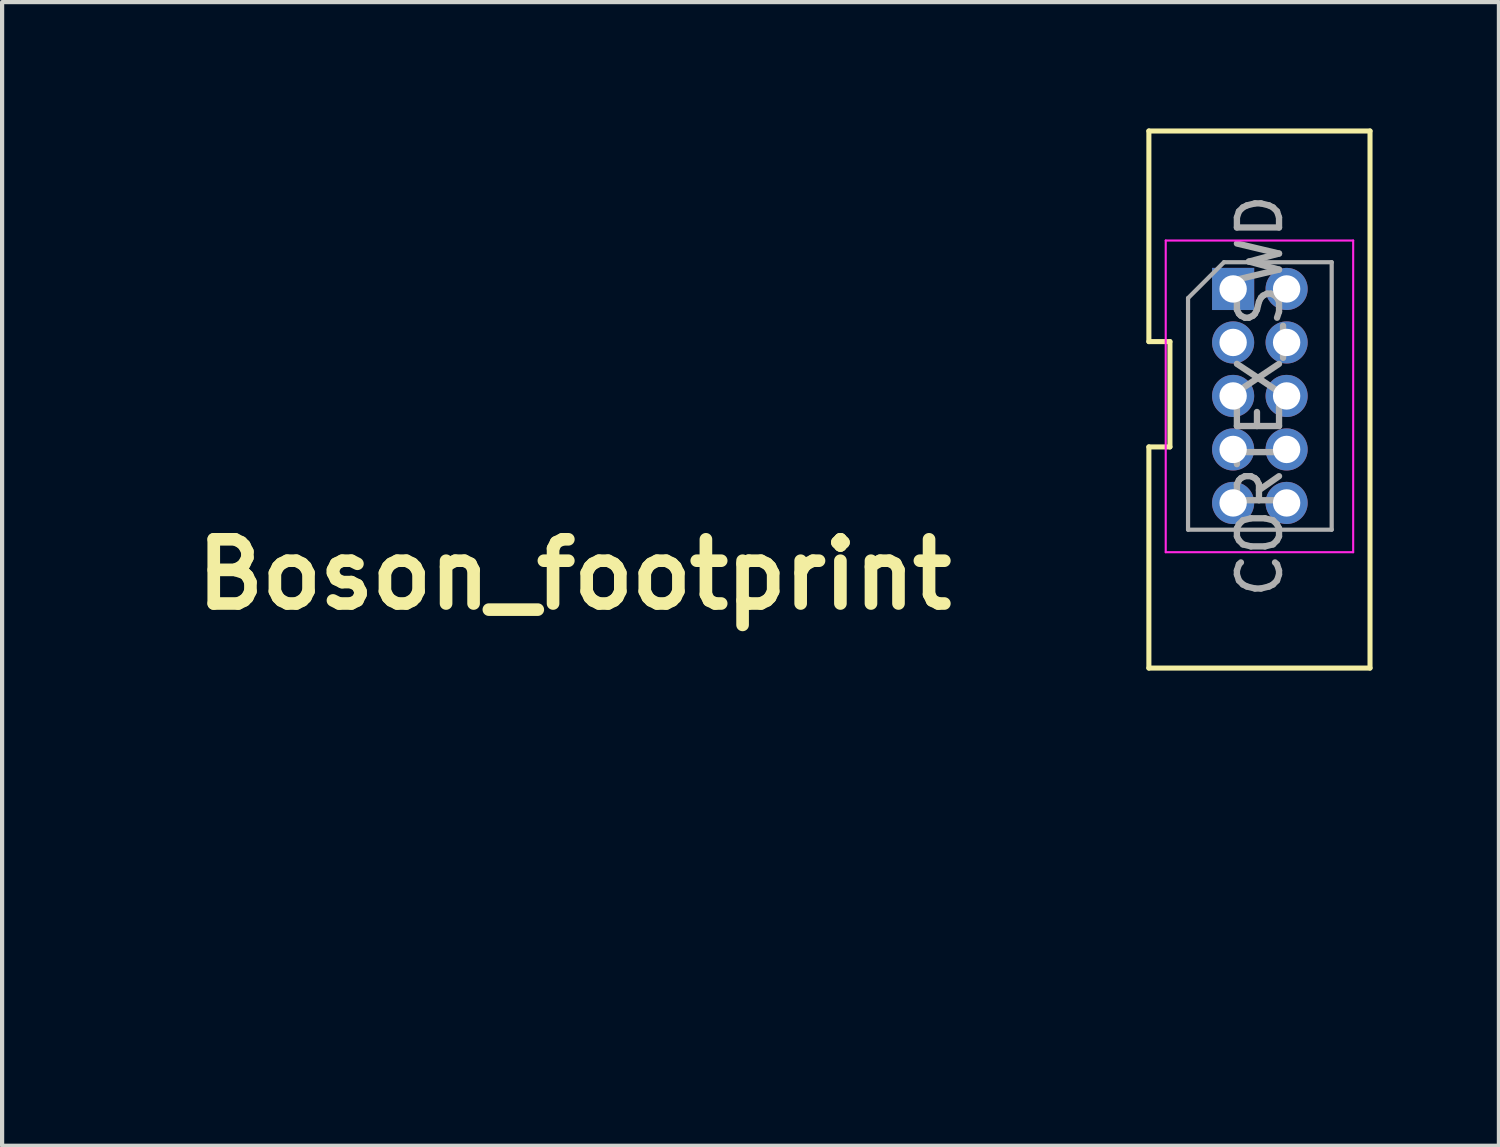
<source format=kicad_pcb>
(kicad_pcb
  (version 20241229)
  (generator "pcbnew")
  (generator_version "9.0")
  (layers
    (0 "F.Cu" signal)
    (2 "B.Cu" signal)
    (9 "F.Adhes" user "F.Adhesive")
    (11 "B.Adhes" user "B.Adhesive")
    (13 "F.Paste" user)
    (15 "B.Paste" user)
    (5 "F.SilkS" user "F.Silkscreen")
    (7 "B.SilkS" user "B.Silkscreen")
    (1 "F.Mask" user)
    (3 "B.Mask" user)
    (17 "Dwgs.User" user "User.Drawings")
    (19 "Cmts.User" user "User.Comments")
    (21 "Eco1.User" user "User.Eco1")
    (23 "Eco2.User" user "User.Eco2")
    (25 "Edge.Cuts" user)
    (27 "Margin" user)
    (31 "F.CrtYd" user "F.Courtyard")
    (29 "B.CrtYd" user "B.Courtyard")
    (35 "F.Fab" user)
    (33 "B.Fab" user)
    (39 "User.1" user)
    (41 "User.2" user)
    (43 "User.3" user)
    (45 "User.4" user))
  (footprint "CORTEX_SWD"
    (layer "F.Cu")
    (at 26.225 3.81)
    (property "Reference" "CORTEX_SWD" (at 0.635 -1.695 0) (layer "F.SilkS") (effects (font (size 0.001 0.001) (thickness 0.15))))
    (attr through_hole)
    (fp_line (start -2 -3.75) (end 3.25 -3.75) (stroke (width 0.12) (type solid)) (layer "F.SilkS"))
    (fp_line (start -2 1.25) (end -2 -3.75) (stroke (width 0.12) (type solid)) (layer "F.SilkS"))
    (fp_line (start -2 1.25) (end -1.5 1.25) (stroke (width 0.12) (type solid)) (layer "F.SilkS"))
    (fp_line (start -2 3.75) (end -2 9) (stroke (width 0.12) (type solid)) (layer "F.SilkS"))
    (fp_line (start -2 3.75) (end -1.5 3.75) (stroke (width 0.12) (type solid)) (layer "F.SilkS"))
    (fp_line (start -2 9) (end 3.25 9) (stroke (width 0.12) (type solid)) (layer "F.SilkS"))
    (fp_line (start -1.5 3.75) (end -1.5 1.25) (stroke (width 0.12) (type solid)) (layer "F.SilkS"))
    (fp_line (start 3.25 -3.75) (end 3.25 9) (stroke (width 0.12) (type solid)) (layer "F.SilkS"))
    (fp_line (start -1.6 -1.15) (end -1.6 6.25) (stroke (width 0.05) (type solid)) (layer "F.CrtYd"))
    (fp_line (start -1.6 6.25) (end 2.85 6.25) (stroke (width 0.05) (type solid)) (layer "F.CrtYd"))
    (fp_line (start 2.85 -1.15) (end -1.6 -1.15) (stroke (width 0.05) (type solid)) (layer "F.CrtYd"))
    (fp_line (start 2.85 6.25) (end 2.85 -1.15) (stroke (width 0.05) (type solid)) (layer "F.CrtYd"))
    (fp_line (start -1.07 0.217) (end -0.217 -0.635) (stroke (width 0.1) (type solid)) (layer "F.Fab"))
    (fp_line (start -1.07 5.715) (end -1.07 0.217) (stroke (width 0.1) (type solid)) (layer "F.Fab"))
    (fp_line (start -0.217 -0.635) (end 2.34 -0.635) (stroke (width 0.1) (type solid)) (layer "F.Fab"))
    (fp_line (start 2.34 -0.635) (end 2.34 5.715) (stroke (width 0.1) (type solid)) (layer "F.Fab"))
    (fp_line (start 2.34 5.715) (end -1.07 5.715) (stroke (width 0.1) (type solid)) (layer "F.Fab"))
    (fp_text user "${REFERENCE}" (at 0.635 2.54 90) (layer "F.Fab") (effects (font (size 1 1) (thickness 0.15))))
    (pad "1" thru_hole rect (at 0 0) (size 1 1) (drill 0.65) (layers "*.Cu" "*.Mask"))
    (pad "2" thru_hole oval (at 1.27 0) (size 1 1) (drill 0.65) (layers "*.Cu" "*.Mask"))
    (pad "3" thru_hole oval (at 0 1.27) (size 1 1) (drill 0.65) (layers "*.Cu" "*.Mask"))
    (pad "4" thru_hole oval (at 1.27 1.27) (size 1 1) (drill 0.65) (layers "*.Cu" "*.Mask"))
    (pad "5" thru_hole oval (at 0 2.54) (size 1 1) (drill 0.65) (layers "*.Cu" "*.Mask"))
    (pad "6" thru_hole oval (at 1.27 2.54) (size 1 1) (drill 0.65) (layers "*.Cu" "*.Mask"))
    (pad "7" thru_hole oval (at 0 3.81) (size 1 1) (drill 0.65) (layers "*.Cu" "*.Mask"))
    (pad "8" thru_hole oval (at 1.27 3.81) (size 1 1) (drill 0.65) (layers "*.Cu" "*.Mask"))
    (pad "9" thru_hole oval (at 0 5.08) (size 1 1) (drill 0.65) (layers "*.Cu" "*.Mask"))
    (pad "10" thru_hole oval (at 1.27 5.08) (size 1 1) (drill 0.65) (layers "*.Cu" "*.Mask")))
  (footprint "Boson_footprint"
    (layer "F.Cu")
    (at 10.588 10.588)
    (property "Reference" "Boson_footprint" (at 0 0 0) (layer "F.SilkS") (effects (font (size 1.524 1.524) (thickness 0.3))))
    (attr through_hole)
    (fp_poly (pts (xy 1.419 -10.583) (xy 2.727 -10.583) (xy 3.884 -10.582) (xy 4.901 -10.581) (xy 5.787 -10.579) (xy 6.551 -10.576) (xy 7.204 -10.572) (xy 7.754 -10.567) (xy 8.212 -10.561) (xy 8.586 -10.553) (xy 8.887 -10.543) (xy 9.124 -10.531) (xy 9.307 -10.518) (xy 9.444 -10.502) (xy 9.547 -10.484) (xy 9.624 -10.463) (xy 9.684 -10.439) (xy 9.733 -10.416) (xy 10.11 -10.141) (xy 10.372 -9.754) (xy 10.497 -9.392) (xy 10.513 -9.262) (xy 10.527 -9.007) (xy 10.539 -8.624) (xy 10.549 -8.107) (xy 10.558 -7.454) (xy 10.564 -6.658) (xy 10.568 -5.717) (xy 10.571 -4.625) (xy 10.571 -3.379) (xy 10.57 -1.973) (xy 10.567 -0.404) (xy 10.565 0.212) (xy 10.562 1.673) (xy 10.558 2.976) (xy 10.555 4.128) (xy 10.551 5.14) (xy 10.546 6.021) (xy 10.54 6.781) (xy 10.532 7.43) (xy 10.521 7.977) (xy 10.508 8.432) (xy 10.492 8.805) (xy 10.473 9.105) (xy 10.449 9.342) (xy 10.422 9.526) (xy 10.389 9.666) (xy 10.351 9.772) (xy 10.308 9.854) (xy 10.258 9.921) (xy 10.202 9.983) (xy 10.139 10.05) (xy 10.128 10.062) (xy 10.065 10.136) (xy 10.009 10.202) (xy 9.952 10.26) (xy 9.883 10.312) (xy 9.794 10.356) (xy 9.674 10.395) (xy 9.515 10.428) (xy 9.307 10.456) (xy 9.039 10.479) (xy 8.703 10.497) (xy 8.29 10.513) (xy 7.789 10.524) (xy 7.191 10.533) (xy 6.487 10.54) (xy 5.666 10.545) (xy 4.721 10.548) (xy 3.64 10.55) (xy 2.414 10.552) (xy 1.035 10.554) (xy 0.127 10.555) (xy -1.502 10.557) (xy -2.989 10.557) (xy -4.33 10.555) (xy -5.522 10.552) (xy -6.564 10.546) (xy -7.452 10.539) (xy -8.183 10.531) (xy -8.755 10.52) (xy -9.165 10.508) (xy -9.41 10.495) (xy -9.48 10.485) (xy -9.943 10.271) (xy -10.292 9.935) (xy -10.416 9.733) (xy -10.442 9.679) (xy -10.465 9.617) (xy -10.486 9.538) (xy -10.503 9.432) (xy -10.519 9.29) (xy -10.533 9.103) (xy -10.544 8.86) (xy -10.554 8.552) (xy -10.561 8.169) (xy -10.568 7.703) (xy -10.573 7.142) (xy -10.577 6.479) (xy -10.579 5.703) (xy -10.581 4.804) (xy -10.582 3.773) (xy -10.583 3.39) (xy -9.569 3.39) (xy -9.567 4.229) (xy -9.563 4.94) (xy -9.555 5.535) (xy -9.542 6.024) (xy -9.524 6.417) (xy -9.498 6.725) (xy -9.465 6.958) (xy -9.423 7.127) (xy -9.371 7.243) (xy -9.309 7.316) (xy -9.234 7.357) (xy -9.146 7.376) (xy -9.045 7.383) (xy -8.928 7.39) (xy -8.85 7.398) (xy -8.525 7.476) (xy -8.21 7.605) (xy -8.12 7.658) (xy -7.834 7.929) (xy -7.605 8.296) (xy -7.471 8.692) (xy -7.451 8.889) (xy -7.41 9.135) (xy -7.311 9.327) (xy -7.311 9.328) (xy -7.28 9.355) (xy -7.232 9.379) (xy -7.158 9.4) (xy -7.046 9.418) (xy -6.885 9.433) (xy -6.665 9.446) (xy -6.374 9.456) (xy -6.002 9.464) (xy -5.538 9.47) (xy -4.971 9.475) (xy -4.29 9.478) (xy -3.484 9.481) (xy -2.543 9.482) (xy -1.456 9.482) (xy -0.211 9.483) (xy -0.057 9.483) (xy 1.212 9.482) (xy 2.322 9.482) (xy 3.285 9.48) (xy 4.11 9.478) (xy 4.809 9.474) (xy 5.393 9.469) (xy 5.872 9.462) (xy 6.257 9.454) (xy 6.559 9.443) (xy 6.788 9.431) (xy 6.956 9.416) (xy 7.073 9.398) (xy 7.15 9.377) (xy 7.197 9.354) (xy 7.211 9.343) (xy 7.33 9.152) (xy 7.366 8.974) (xy 7.445 8.512) (xy 7.664 8.09) (xy 7.991 7.74) (xy 8.398 7.49) (xy 8.854 7.372) (xy 8.978 7.366) (xy 9.196 7.31) (xy 9.328 7.226) (xy 9.355 7.195) (xy 9.379 7.148) (xy 9.4 7.074) (xy 9.418 6.962) (xy 9.433 6.801) (xy 9.446 6.58) (xy 9.456 6.29) (xy 9.464 5.918) (xy 9.47 5.453) (xy 9.475 4.886) (xy 9.478 4.205) (xy 9.481 3.4) (xy 9.482 2.458) (xy 9.482 1.371) (xy 9.483 0.126) (xy 9.483 -0.028) (xy 9.483 -1.321) (xy 9.483 -2.455) (xy 9.483 -3.44) (xy 9.48 -4.288) (xy 9.476 -5.007) (xy 9.468 -5.609) (xy 9.456 -6.104) (xy 9.439 -6.503) (xy 9.417 -6.815) (xy 9.388 -7.051) (xy 9.352 -7.222) (xy 9.307 -7.337) (xy 9.254 -7.408) (xy 9.191 -7.444) (xy 9.117 -7.457) (xy 9.032 -7.456) (xy 8.935 -7.451) (xy 8.904 -7.451) (xy 8.506 -7.521) (xy 8.106 -7.709) (xy 7.773 -7.976) (xy 7.658 -8.12) (xy 7.519 -8.401) (xy 7.418 -8.736) (xy 7.398 -8.85) (xy 7.387 -8.977) (xy 7.381 -9.087) (xy 7.37 -9.183) (xy 7.344 -9.265) (xy 7.292 -9.335) (xy 7.203 -9.393) (xy 7.067 -9.441) (xy 6.873 -9.48) (xy 6.611 -9.509) (xy 6.27 -9.532) (xy 5.84 -9.548) (xy 5.31 -9.559) (xy 4.67 -9.565) (xy 3.909 -9.568) (xy 3.016 -9.569) (xy 1.981 -9.568) (xy 0.794 -9.568) (xy 0.006 -9.567) (xy -1.29 -9.568) (xy -2.426 -9.568) (xy -3.414 -9.567) (xy -4.264 -9.564) (xy -4.985 -9.56) (xy -5.59 -9.551) (xy -6.087 -9.539) (xy -6.488 -9.522) (xy -6.802 -9.499) (xy -7.04 -9.469) (xy -7.213 -9.433) (xy -7.33 -9.388) (xy -7.403 -9.334) (xy -7.441 -9.271) (xy -7.455 -9.197) (xy -7.456 -9.111) (xy -7.453 -9.014) (xy -7.453 -8.991) (xy -7.505 -8.649) (xy -7.639 -8.285) (xy -7.822 -7.974) (xy -7.929 -7.856) (xy -8.237 -7.658) (xy -8.622 -7.511) (xy -8.993 -7.451) (xy -9.009 -7.451) (xy -9.106 -7.453) (xy -9.191 -7.454) (xy -9.265 -7.443) (xy -9.329 -7.41) (xy -9.383 -7.343) (xy -9.428 -7.234) (xy -9.465 -7.071) (xy -9.495 -6.844) (xy -9.519 -6.543) (xy -9.537 -6.157) (xy -9.549 -5.677) (xy -9.558 -5.09) (xy -9.564 -4.388) (xy -9.567 -3.56) (xy -9.568 -2.596) (xy -9.568 -1.484) (xy -9.567 -0.215) (xy -9.567 0.006) (xy -9.568 1.289) (xy -9.569 2.414) (xy -9.569 3.39) (xy -10.583 3.39) (xy -10.583 2.601) (xy -10.583 1.278) (xy -10.583 -0.053) (xy -10.583 -9.51) (xy -10.38 -9.857) (xy -10.167 -10.128) (xy -9.899 -10.357) (xy -9.839 -10.394) (xy -9.502 -10.583) (xy -0.049 -10.583) (xy 1.419 -10.583)) (stroke (width 0.01) (type solid)) (fill yes) (layer "F.Mask")))
  (gr_rect
    (start -3 -3)
    (end 32.535 24.151)
    (stroke (width 0.1) (type default))
    (fill no)
    (layer "Edge.Cuts")))
</source>
